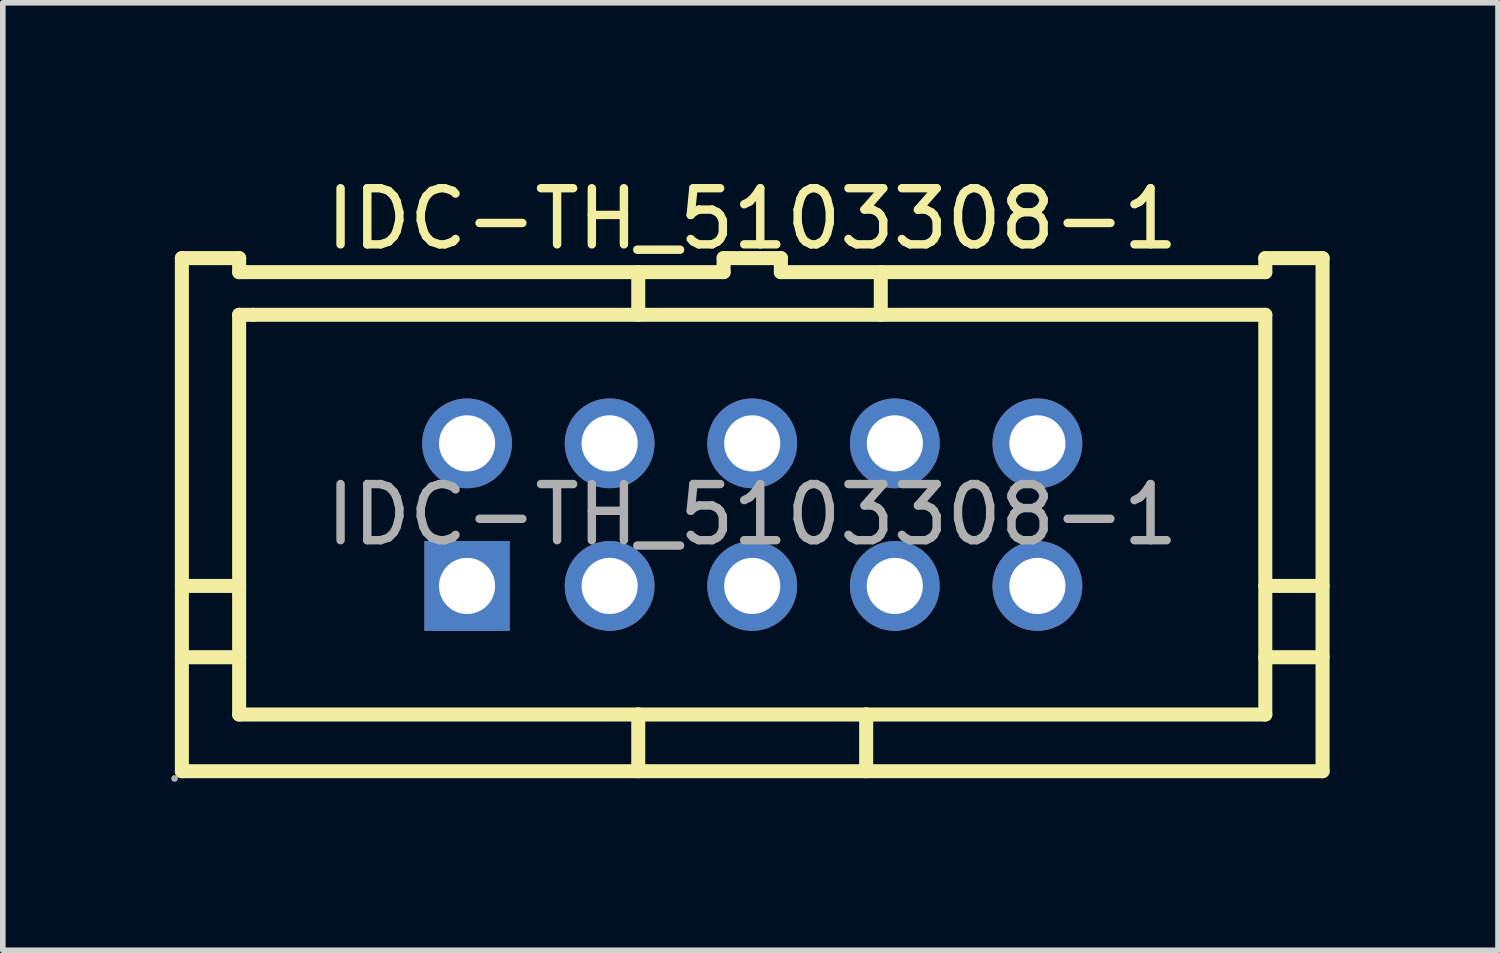
<source format=kicad_pcb>
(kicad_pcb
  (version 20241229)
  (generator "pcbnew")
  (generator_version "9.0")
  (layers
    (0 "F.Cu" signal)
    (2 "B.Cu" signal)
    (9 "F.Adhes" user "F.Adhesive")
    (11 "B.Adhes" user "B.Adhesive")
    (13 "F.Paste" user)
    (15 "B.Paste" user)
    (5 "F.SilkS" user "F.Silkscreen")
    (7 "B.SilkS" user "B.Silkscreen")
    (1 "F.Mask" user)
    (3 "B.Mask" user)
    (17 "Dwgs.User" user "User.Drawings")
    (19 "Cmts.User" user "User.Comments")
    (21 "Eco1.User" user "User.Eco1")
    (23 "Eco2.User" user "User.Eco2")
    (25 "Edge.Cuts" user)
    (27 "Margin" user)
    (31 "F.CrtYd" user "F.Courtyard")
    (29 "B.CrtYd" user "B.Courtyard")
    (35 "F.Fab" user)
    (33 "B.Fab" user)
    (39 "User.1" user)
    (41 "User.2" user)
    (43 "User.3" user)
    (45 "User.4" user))
  (footprint "IDC-TH_5103308-1"
    (layer "F.Cu")
    (at 10.35 6.118)
    (property "Reference" "IDC-TH_5103308-1" (at 0 -5.27 0) (layer "F.SilkS") (effects (font (size 1 1) (thickness 0.15))))
    (attr through_hole)
    (fp_line (start -10.16 1.27) (end -9.14 1.27) (stroke (width 0.25) (type solid)) (layer "F.SilkS"))
    (fp_line (start -10.16 2.54) (end -9.14 2.54) (stroke (width 0.25) (type solid)) (layer "F.SilkS"))
    (fp_line (start -10.16 4.57) (end -10.16 -4.57) (stroke (width 0.25) (type solid)) (layer "F.SilkS"))
    (fp_line (start -10.16 4.57) (end 10.16 4.57) (stroke (width 0.25) (type solid)) (layer "F.SilkS"))
    (fp_line (start -9.14 -4.57) (end -10.16 -4.57) (stroke (width 0.25) (type solid)) (layer "F.SilkS"))
    (fp_line (start -9.14 -4.32) (end -9.14 -4.57) (stroke (width 0.25) (type solid)) (layer "F.SilkS"))
    (fp_line (start -9.14 -3.56) (end -8.89 -3.56) (stroke (width 0.25) (type solid)) (layer "F.SilkS"))
    (fp_line (start -9.14 3.56) (end -9.14 -3.56) (stroke (width 0.25) (type solid)) (layer "F.SilkS"))
    (fp_line (start -8.89 -3.56) (end 9.14 -3.56) (stroke (width 0.25) (type solid)) (layer "F.SilkS"))
    (fp_line (start -2.03 -4.32) (end -2.03 -3.56) (stroke (width 0.25) (type solid)) (layer "F.SilkS"))
    (fp_line (start -2.03 3.56) (end -9.14 3.56) (stroke (width 0.25) (type solid)) (layer "F.SilkS"))
    (fp_line (start -2.03 3.56) (end -2.03 4.57) (stroke (width 0.25) (type solid)) (layer "F.SilkS"))
    (fp_line (start -2.03 3.56) (end 2.03 3.56) (stroke (width 0.25) (type solid)) (layer "F.SilkS"))
    (fp_line (start -0.51 -4.57) (end -0.51 -4.32) (stroke (width 0.25) (type solid)) (layer "F.SilkS"))
    (fp_line (start -0.51 -4.32) (end -9.14 -4.32) (stroke (width 0.25) (type solid)) (layer "F.SilkS"))
    (fp_line (start 0.51 -4.57) (end -0.51 -4.57) (stroke (width 0.25) (type solid)) (layer "F.SilkS"))
    (fp_line (start 0.51 -4.32) (end 0.51 -4.57) (stroke (width 0.25) (type solid)) (layer "F.SilkS"))
    (fp_line (start 2.03 3.56) (end 2.03 4.57) (stroke (width 0.25) (type solid)) (layer "F.SilkS"))
    (fp_line (start 2.29 -4.32) (end 2.29 -3.56) (stroke (width 0.25) (type solid)) (layer "F.SilkS"))
    (fp_line (start 9.14 -4.57) (end 9.14 -4.32) (stroke (width 0.25) (type solid)) (layer "F.SilkS"))
    (fp_line (start 9.14 -4.32) (end 0.51 -4.32) (stroke (width 0.25) (type solid)) (layer "F.SilkS"))
    (fp_line (start 9.14 -3.56) (end 9.14 3.56) (stroke (width 0.25) (type solid)) (layer "F.SilkS"))
    (fp_line (start 9.14 1.27) (end 10.16 1.27) (stroke (width 0.25) (type solid)) (layer "F.SilkS"))
    (fp_line (start 9.14 2.54) (end 10.16 2.54) (stroke (width 0.25) (type solid)) (layer "F.SilkS"))
    (fp_line (start 9.14 3.56) (end 2.03 3.56) (stroke (width 0.25) (type solid)) (layer "F.SilkS"))
    (fp_line (start 10.16 -4.57) (end 9.14 -4.57) (stroke (width 0.25) (type solid)) (layer "F.SilkS"))
    (fp_line (start 10.16 4.57) (end 10.16 -4.57) (stroke (width 0.25) (type solid)) (layer "F.SilkS"))
    (fp_circle (center -10.29 4.7) (end -10.26 4.7) (stroke (width 0.06) (type solid)) (fill no) (layer "F.Fab"))
    (fp_circle (center -5.08 -1.27) (end -4.88 -1.27) (stroke (width 0.4) (type solid)) (fill no) (layer "F.Fab"))
    (fp_circle (center -5.08 1.27) (end -4.88 1.27) (stroke (width 0.4) (type solid)) (fill no) (layer "F.Fab"))
    (fp_circle (center -2.54 -1.27) (end -2.34 -1.27) (stroke (width 0.4) (type solid)) (fill no) (layer "F.Fab"))
    (fp_circle (center -2.54 1.27) (end -2.34 1.27) (stroke (width 0.4) (type solid)) (fill no) (layer "F.Fab"))
    (fp_circle (center 0 -1.27) (end 0.2 -1.27) (stroke (width 0.4) (type solid)) (fill no) (layer "F.Fab"))
    (fp_circle (center 0 1.27) (end 0.2 1.27) (stroke (width 0.4) (type solid)) (fill no) (layer "F.Fab"))
    (fp_circle (center 2.54 -1.27) (end 2.74 -1.27) (stroke (width 0.4) (type solid)) (fill no) (layer "F.Fab"))
    (fp_circle (center 2.54 1.27) (end 2.74 1.27) (stroke (width 0.4) (type solid)) (fill no) (layer "F.Fab"))
    (fp_circle (center 5.08 -1.27) (end 5.28 -1.27) (stroke (width 0.4) (type solid)) (fill no) (layer "F.Fab"))
    (fp_circle (center 5.08 1.27) (end 5.28 1.27) (stroke (width 0.4) (type solid)) (fill no) (layer "F.Fab"))
    (fp_text user "${REFERENCE}" (at 0 0 0) (layer "F.Fab") (effects (font (size 1 1) (thickness 0.15))))
    (pad "1" thru_hole rect (at -5.08 1.27) (size 1.52 1.6) (drill 1) (layers "*.Cu" "*.Mask"))
    (pad "2" thru_hole circle (at -5.08 -1.27) (size 1.6 1.6) (drill 1) (layers "*.Cu" "*.Mask"))
    (pad "3" thru_hole circle (at -2.54 1.27) (size 1.6 1.6) (drill 1) (layers "*.Cu" "*.Mask"))
    (pad "4" thru_hole circle (at -2.54 -1.27) (size 1.6 1.6) (drill 1) (layers "*.Cu" "*.Mask"))
    (pad "5" thru_hole circle (at 0 1.27) (size 1.6 1.6) (drill 1) (layers "*.Cu" "*.Mask"))
    (pad "6" thru_hole circle (at 0 -1.27) (size 1.6 1.6) (drill 1) (layers "*.Cu" "*.Mask"))
    (pad "7" thru_hole circle (at 2.54 1.27) (size 1.6 1.6) (drill 1) (layers "*.Cu" "*.Mask"))
    (pad "8" thru_hole circle (at 2.54 -1.27) (size 1.6 1.6) (drill 1) (layers "*.Cu" "*.Mask"))
    (pad "9" thru_hole circle (at 5.08 1.27) (size 1.6 1.6) (drill 1) (layers "*.Cu" "*.Mask"))
    (pad "10" thru_hole circle (at 5.08 -1.27) (size 1.6 1.6) (drill 1) (layers "*.Cu" "*.Mask")))
  (gr_rect
    (start -3 -3)
    (end 23.635 13.878)
    (stroke (width 0.1) (type default))
    (fill no)
    (layer "Edge.Cuts")))
</source>
